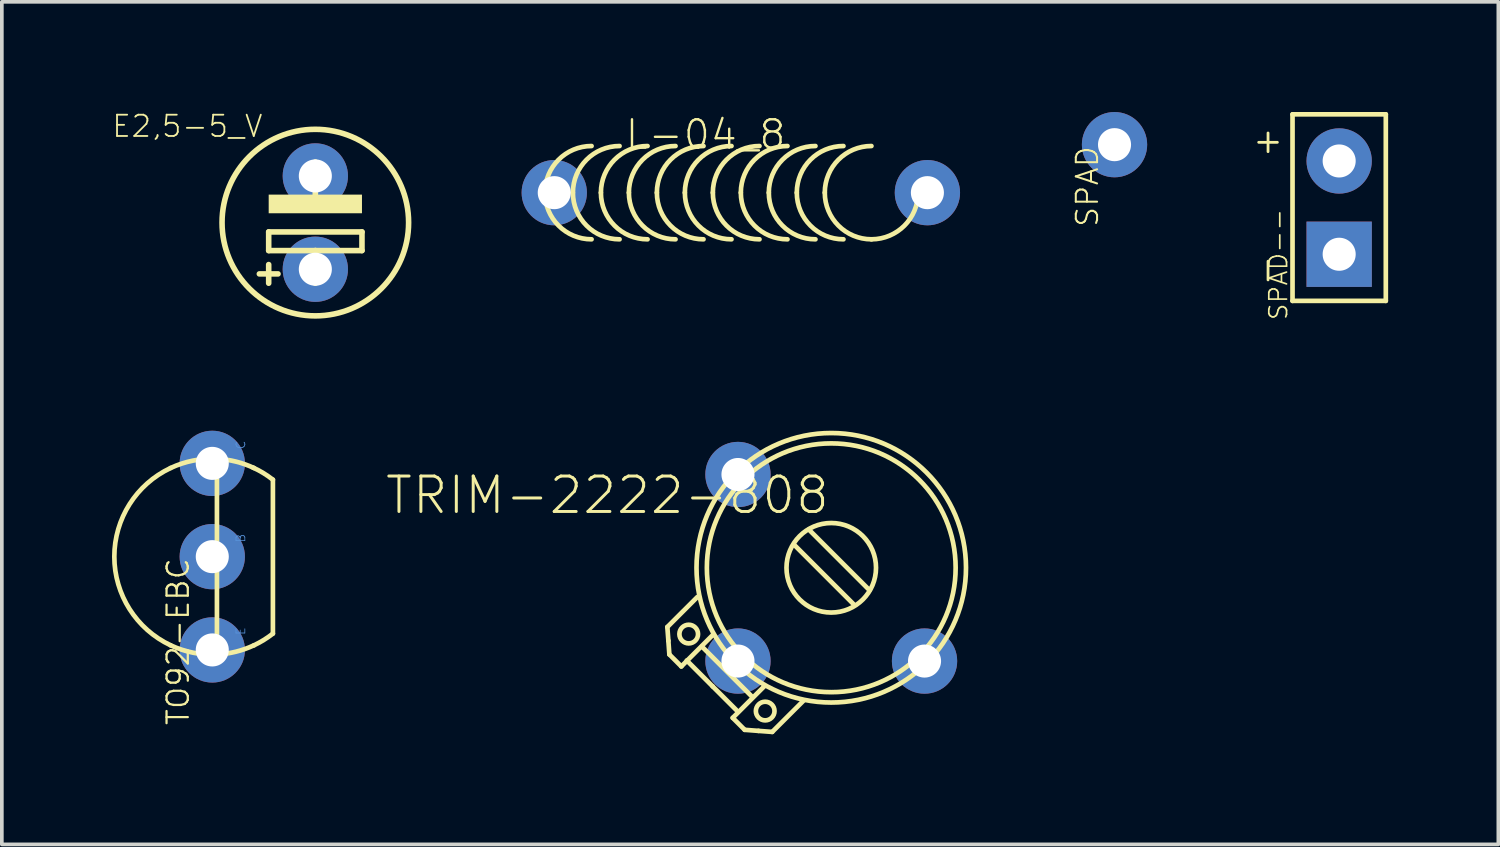
<source format=kicad_pcb>
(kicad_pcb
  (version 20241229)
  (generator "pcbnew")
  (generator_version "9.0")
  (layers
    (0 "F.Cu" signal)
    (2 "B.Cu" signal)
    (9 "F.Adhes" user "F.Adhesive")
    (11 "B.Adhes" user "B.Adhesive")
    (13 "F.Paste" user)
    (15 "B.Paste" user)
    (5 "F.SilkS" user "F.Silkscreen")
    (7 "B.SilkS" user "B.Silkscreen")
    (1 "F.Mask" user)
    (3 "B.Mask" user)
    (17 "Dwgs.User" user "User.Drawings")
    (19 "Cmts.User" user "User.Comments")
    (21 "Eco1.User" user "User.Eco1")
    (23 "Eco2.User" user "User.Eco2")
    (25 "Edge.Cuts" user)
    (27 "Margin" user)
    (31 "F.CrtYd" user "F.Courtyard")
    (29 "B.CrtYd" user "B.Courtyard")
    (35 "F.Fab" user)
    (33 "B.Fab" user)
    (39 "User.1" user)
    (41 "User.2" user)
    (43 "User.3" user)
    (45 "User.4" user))
  (footprint "SPAD"
    (layer "F.Cu")
    (at 27.297 0.889)
    (property "Reference" "SPAD" (at -1.079 0 90) (layer "F.SilkS") (effects (font (size 0.579 0.579) (thickness 0.055)) (justify right top)))
    (attr through_hole)
    (pad "1" thru_hole circle (at 0 0) (size 1.778 1.778) (drill 0.9) (layers "*.Cu" "*.Mask")))
  (footprint "SPAD--"
    (layer "F.Cu")
    (at 33.414 2.603)
    (property "Reference" "SPAD--" (at -1.937 0 90) (layer "F.SilkS") (effects (font (size 0.483 0.483) (thickness 0.046)) (justify right top)))
    (attr through_hole)
    (fp_line (start -2.191 -1.778) (end -1.683 -1.778) (stroke (width 0.076) (type solid)) (layer "F.SilkS"))
    (fp_line (start -1.937 -1.524) (end -1.937 -2.032) (stroke (width 0.076) (type solid)) (layer "F.SilkS"))
    (fp_line (start -1.937 1.968) (end -1.937 1.46) (stroke (width 0.076) (type solid)) (layer "F.SilkS"))
    (fp_line (start -1.27 -2.54) (end -1.27 2.54) (stroke (width 0.127) (type solid)) (layer "F.SilkS"))
    (fp_line (start -1.27 2.54) (end 1.27 2.54) (stroke (width 0.127) (type solid)) (layer "F.SilkS"))
    (fp_line (start 1.27 -2.54) (end -1.27 -2.54) (stroke (width 0.127) (type solid)) (layer "F.SilkS"))
    (fp_line (start 1.27 2.54) (end 1.27 -2.54) (stroke (width 0.127) (type solid)) (layer "F.SilkS"))
    (pad "1" thru_hole rect (at 0 1.27 180) (size 1.778 1.778) (drill 0.9) (layers "*.Cu" "*.Mask"))
    (pad "2" thru_hole circle (at 0 -1.27) (size 1.778 1.778) (drill 0.9) (layers "*.Cu" "*.Mask")))
  (footprint "L-04_8"
    (layer "F.Cu")
    (at 17.122 2.196)
    (property "Reference" "L-04_8" (at 1.27 -2.032 0) (layer "F.SilkS") (effects (font (size 0.772 0.772) (thickness 0.065)) (justify right top)))
    (attr through_hole)
    (fp_arc (start -5.334 0) (mid -4.962026 -0.898026) (end -4.064 -1.27) (stroke (width 0.127) (type solid)) (layer "F.SilkS"))
    (fp_arc (start -4.572 0) (mid -4.200026 -0.898026) (end -3.302 -1.27) (stroke (width 0.127) (type solid)) (layer "F.SilkS"))
    (fp_arc (start -4.064 1.27) (mid -4.962026 0.898026) (end -5.334 0) (stroke (width 0.127) (type solid)) (layer "F.SilkS"))
    (fp_arc (start -3.81 0) (mid -3.438026 -0.898026) (end -2.54 -1.27) (stroke (width 0.127) (type solid)) (layer "F.SilkS"))
    (fp_arc (start -3.302 1.27) (mid -4.200026 0.898026) (end -4.572 0) (stroke (width 0.127) (type solid)) (layer "F.SilkS"))
    (fp_arc (start -3.048 0) (mid -2.676026 -0.898026) (end -1.778 -1.27) (stroke (width 0.127) (type solid)) (layer "F.SilkS"))
    (fp_arc (start -2.54 1.27) (mid -3.438026 0.898026) (end -3.81 0) (stroke (width 0.127) (type solid)) (layer "F.SilkS"))
    (fp_arc (start -2.285999 0.000001) (mid -1.914025 -0.898025) (end -1.016 -1.27) (stroke (width 0.127) (type solid)) (layer "F.SilkS"))
    (fp_arc (start -1.778 1.27) (mid -2.676026 0.898026) (end -3.048 0) (stroke (width 0.127) (type solid)) (layer "F.SilkS"))
    (fp_arc (start -1.523999 0.000001) (mid -1.152025 -0.898025) (end -0.254 -1.27) (stroke (width 0.127) (type solid)) (layer "F.SilkS"))
    (fp_arc (start -1.015999 1.270001) (mid -1.914025 0.898026) (end -2.286 0) (stroke (width 0.127) (type solid)) (layer "F.SilkS"))
    (fp_arc (start -0.762 0) (mid -0.390026 -0.898026) (end 0.508 -1.27) (stroke (width 0.127) (type solid)) (layer "F.SilkS"))
    (fp_arc (start -0.253999 1.270001) (mid -1.152025 0.898026) (end -1.524 0) (stroke (width 0.127) (type solid)) (layer "F.SilkS"))
    (fp_arc (start 0 0) (mid 0.371974 -0.898026) (end 1.27 -1.27) (stroke (width 0.127) (type solid)) (layer "F.SilkS"))
    (fp_arc (start 0.508 1.27) (mid -0.390026 0.898026) (end -0.762 0) (stroke (width 0.127) (type solid)) (layer "F.SilkS"))
    (fp_arc (start 0.762 0) (mid 1.133974 -0.898026) (end 2.032 -1.27) (stroke (width 0.127) (type solid)) (layer "F.SilkS"))
    (fp_arc (start 1.27 1.27) (mid 0.371974 0.898026) (end 0 0) (stroke (width 0.127) (type solid)) (layer "F.SilkS"))
    (fp_arc (start 1.524 0) (mid 1.895974 -0.898026) (end 2.794 -1.27) (stroke (width 0.127) (type solid)) (layer "F.SilkS"))
    (fp_arc (start 2.032 1.27) (mid 1.133974 0.898026) (end 0.762 0) (stroke (width 0.127) (type solid)) (layer "F.SilkS"))
    (fp_arc (start 2.286 0) (mid 2.657974 -0.898026) (end 3.556 -1.27) (stroke (width 0.127) (type solid)) (layer "F.SilkS"))
    (fp_arc (start 2.794 1.27) (mid 1.895974 0.898026) (end 1.524 0) (stroke (width 0.127) (type solid)) (layer "F.SilkS"))
    (fp_arc (start 3.556 1.27) (mid 2.657974 0.898026) (end 2.286 0) (stroke (width 0.127) (type solid)) (layer "F.SilkS"))
    (fp_arc (start 4.826 0) (mid 4.454026 0.898026) (end 3.556 1.27) (stroke (width 0.127) (type solid)) (layer "F.SilkS"))
    (pad "1" thru_hole circle (at 5.08 0) (size 1.778 1.778) (drill 0.9) (layers "*.Cu" "*.Mask"))
    (pad "2" thru_hole circle (at -5.08 0) (size 1.778 1.778) (drill 0.9) (layers "*.Cu" "*.Mask")))
  (footprint "E2,5-5_V"
    (layer "F.Cu")
    (at 5.536 3.011)
    (property "Reference" "E2,5-5_V" (at -1.397 -2.286 0) (layer "F.SilkS") (effects (font (size 0.579 0.579) (thickness 0.049)) (justify right bottom)))
    (attr through_hole)
    (fp_line (start -1.27 0.254) (end -1.27 0.762) (stroke (width 0.152) (type solid)) (layer "F.SilkS"))
    (fp_line (start -1.27 0.762) (end 0 0.762) (stroke (width 0.152) (type solid)) (layer "F.SilkS"))
    (fp_line (start -1.27 1.397) (end -1.524 1.397) (stroke (width 0.152) (type solid)) (layer "F.SilkS"))
    (fp_line (start -1.27 1.397) (end -1.27 1.143) (stroke (width 0.152) (type solid)) (layer "F.SilkS"))
    (fp_line (start -1.27 1.651) (end -1.27 1.397) (stroke (width 0.152) (type solid)) (layer "F.SilkS"))
    (fp_line (start -1.016 1.397) (end -1.27 1.397) (stroke (width 0.152) (type solid)) (layer "F.SilkS"))
    (fp_line (start 0 -0.635) (end 0 -1.651) (stroke (width 0.152) (type solid)) (layer "F.SilkS"))
    (fp_line (start 0 0.762) (end 1.27 0.762) (stroke (width 0.152) (type solid)) (layer "F.SilkS"))
    (fp_line (start 0 1.651) (end 0 0.762) (stroke (width 0.152) (type solid)) (layer "F.SilkS"))
    (fp_line (start 1.27 0.254) (end -1.27 0.254) (stroke (width 0.152) (type solid)) (layer "F.SilkS"))
    (fp_line (start 1.27 0.762) (end 1.27 0.254) (stroke (width 0.152) (type solid)) (layer "F.SilkS"))
    (fp_circle (center 0 0) (end 2.54 0) (stroke (width 0.152) (type solid)) (fill no) (layer "F.SilkS"))
    (fp_poly (pts (xy 1.27 -0.254) (xy 1.27 -0.762) (xy -1.27 -0.762) (xy -1.27 -0.254)) (stroke (width 0) (type solid)) (fill yes) (layer "F.SilkS"))
    (pad "+" thru_hole circle (at 0 1.27) (size 1.778 1.778) (drill 0.9) (layers "*.Cu" "*.Mask"))
    (pad "-" thru_hole circle (at 0 -1.27) (size 1.778 1.778) (drill 0.9) (layers "*.Cu" "*.Mask")))
  (footprint "TO92-EBC"
    (layer "F.Cu")
    (at 2.73 12.107)
    (property "Reference" "TO92-EBC" (at -1.27 0 90) (layer "F.SilkS") (effects (font (size 0.579 0.579) (thickness 0.061)) (justify right top)))
    (attr through_hole)
    (fp_line (start 0.127 -2.664) (end 0.127 2.664) (stroke (width 0.127) (type solid)) (layer "F.SilkS"))
    (fp_line (start 1.651 2.095) (end 1.651 -2.095) (stroke (width 0.127) (type solid)) (layer "F.SilkS"))
    (fp_arc (start -1.1359 -2.413) (mid -0.519825 -2.615858) (end 0.127 -2.664) (stroke (width 0.127) (type solid)) (layer "F.SilkS"))
    (fp_arc (start -1.1359 2.413) (mid -2.666986 0.000001) (end -1.135901 -2.412999) (stroke (width 0.127) (type solid)) (layer "F.SilkS"))
    (fp_arc (start 0.127 -2.664) (mid 0.643799 -2.588137) (end 1.1359 -2.413) (stroke (width 0.127) (type solid)) (layer "F.SilkS"))
    (fp_arc (start 0.127 2.664) (mid -0.519825 2.615858) (end -1.1359 2.413) (stroke (width 0.127) (type solid)) (layer "F.SilkS"))
    (fp_arc (start 1.1118 -2.4247) (mid 1.391201 -2.275878) (end 1.651 -2.095) (stroke (width 0.127) (type solid)) (layer "F.SilkS"))
    (fp_arc (start 1.1359 2.413) (mid 0.643799 2.588137) (end 0.127 2.664) (stroke (width 0.127) (type solid)) (layer "F.SilkS"))
    (fp_arc (start 1.651 2.095) (mid 1.40252 2.268918) (end 1.1359 2.4135) (stroke (width 0.127) (type solid)) (layer "F.SilkS"))
    (fp_text user "E" (at 0.635 1.905 90) (layer "Cmts.User") (effects (font (size 0.241 0.241) (thickness 0.02)) (justify right top)))
    (fp_text user "B" (at 0.635 -0.635 90) (layer "Cmts.User") (effects (font (size 0.241 0.241) (thickness 0.02)) (justify right top)))
    (fp_text user "C" (at 0.635 -3.175 90) (layer "Cmts.User") (effects (font (size 0.241 0.241) (thickness 0.02)) (justify right top)))
    (pad "B" thru_hole circle (at 0 0 180) (size 1.778 1.778) (drill 0.9) (layers "*.Cu" "*.Mask"))
    (pad "C" thru_hole circle (at 0 -2.54 180) (size 1.778 1.778) (drill 0.9) (layers "*.Cu" "*.Mask"))
    (pad "E" thru_hole circle (at 0 2.54 180) (size 1.778 1.778) (drill 0.9) (layers "*.Cu" "*.Mask")))
  (footprint "TRIM-2222-808"
    (layer "F.Cu")
    (at 19.584 12.41)
    (property "Reference" "TRIM-2222-808" (at 0 -2.54 0) (layer "F.SilkS") (effects (font (size 0.965 0.965) (thickness 0.081)) (justify right top)))
    (attr through_hole)
    (fp_line (start -4.463 1.613) (end -4.435 1.987) (stroke (width 0.127) (type solid)) (layer "F.SilkS"))
    (fp_line (start -4.435 1.987) (end -4.408 2.36) (stroke (width 0.127) (type solid)) (layer "F.SilkS"))
    (fp_line (start -4.408 2.36) (end -4.082 2.686) (stroke (width 0.127) (type solid)) (layer "F.SilkS"))
    (fp_line (start -4.082 2.686) (end -3.232 1.836) (stroke (width 0.127) (type solid)) (layer "F.SilkS"))
    (fp_line (start -3.934 2.525) (end -3.228 3.231) (stroke (width 0.127) (type solid)) (layer "F.SilkS"))
    (fp_line (start -3.648 0.798) (end -4.463 1.613) (stroke (width 0.127) (type solid)) (layer "F.SilkS"))
    (fp_line (start -3.523 2.144) (end -2.149 3.518) (stroke (width 0.127) (type solid)) (layer "F.SilkS"))
    (fp_line (start -2.683 4.086) (end -2.357 4.412) (stroke (width 0.127) (type solid)) (layer "F.SilkS"))
    (fp_line (start -2.585 3.874) (end -3.228 3.231) (stroke (width 0.127) (type solid)) (layer "F.SilkS"))
    (fp_line (start -2.357 4.412) (end -1.982 4.441) (stroke (width 0.127) (type solid)) (layer "F.SilkS"))
    (fp_line (start -1.982 4.441) (end -1.607 4.469) (stroke (width 0.127) (type solid)) (layer "F.SilkS"))
    (fp_line (start -1.833 3.236) (end -2.683 4.086) (stroke (width 0.127) (type solid)) (layer "F.SilkS"))
    (fp_line (start -1.607 4.469) (end -0.751 3.614) (stroke (width 0.127) (type solid)) (layer "F.SilkS"))
    (fp_line (start 0.634 1.018) (end -1.019 -0.635) (stroke (width 0.127) (type solid)) (layer "F.SilkS"))
    (fp_line (start 1.042 0.611) (end -0.611 -1.042) (stroke (width 0.127) (type solid)) (layer "F.SilkS"))
    (fp_circle (center -3.881 1.805) (end -3.627 1.805) (stroke (width 0.127) (type solid)) (fill no) (layer "F.SilkS"))
    (fp_circle (center -1.799 3.901) (end -1.545 3.901) (stroke (width 0.127) (type solid)) (fill no) (layer "F.SilkS"))
    (fp_circle (center 0 0) (end 1.219 0) (stroke (width 0.127) (type solid)) (fill no) (layer "F.SilkS"))
    (fp_circle (center 0 0) (end 3.387 0) (stroke (width 0.127) (type solid)) (fill no) (layer "F.SilkS"))
    (fp_circle (center 0 0) (end 3.669 0) (stroke (width 0.127) (type solid)) (fill no) (layer "F.SilkS"))
    (pad "1" thru_hole circle (at -2.54 -2.54) (size 1.778 1.778) (drill 0.9) (layers "*.Cu" "*.Mask"))
    (pad "2" thru_hole circle (at -2.54 2.54) (size 1.778 1.778) (drill 0.9) (layers "*.Cu" "*.Mask"))
    (pad "3" thru_hole circle (at 2.54 2.54) (size 1.778 1.778) (drill 0.9) (layers "*.Cu" "*.Mask")))
  (gr_rect
    (start -3 -3)
    (end 37.748 19.942)
    (stroke (width 0.1) (type default))
    (fill no)
    (layer "Edge.Cuts")))
</source>
